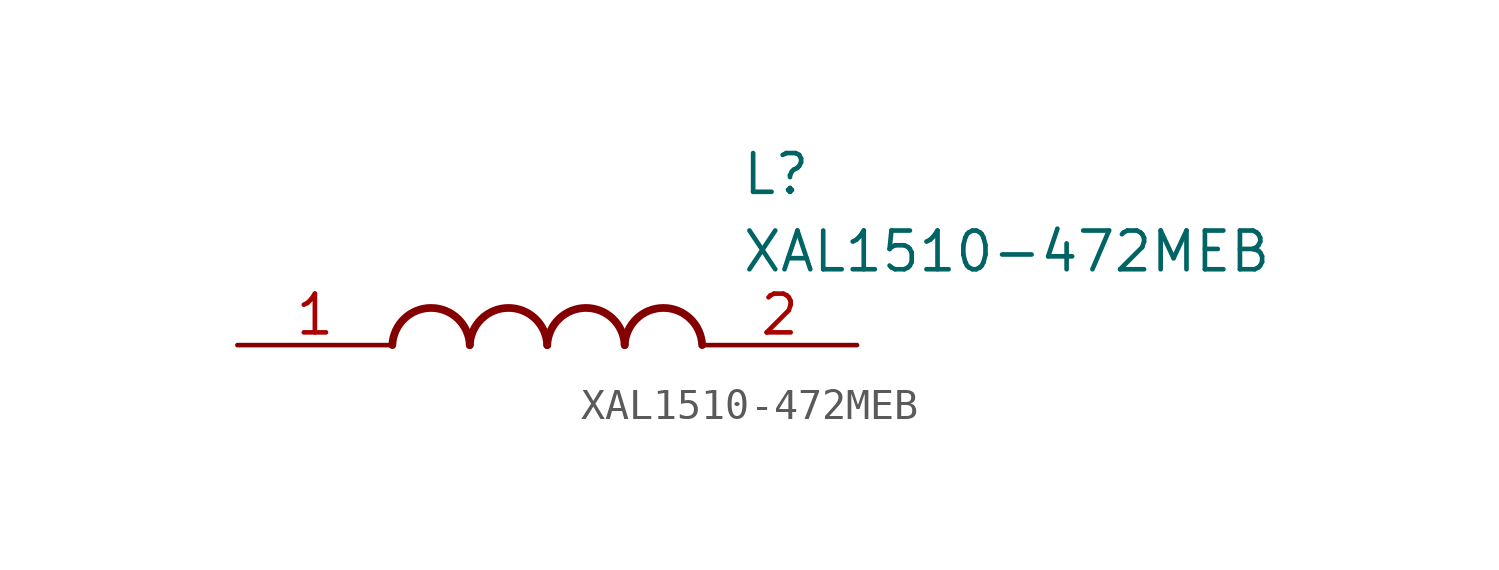
<source format=kicad_sym>
(kicad_symbol_lib
  (version 20211014)
  (generator SamacSys_ECAD_Model)
  (symbol "XAL1510-472MEB"
    (pin_names hide)
    (property "Reference" "L"
      (at 16.51 6.35 0)
      (effects (font (size 1.27 1.27)) (justify left top)))
    (property "Value" "XAL1510-472MEB"
      (at 16.51 3.81 0)
      (effects (font (size 1.27 1.27)) (justify left top)))
    (arc
      (start 7.62 0)
      (mid 6.35 1.219)
      (end 5.08 0)
      (stroke (width 0.254) (type default))
      (fill (type none)))
    (arc
      (start 10.16 0)
      (mid 8.89 1.219)
      (end 7.62 0)
      (stroke (width 0.254) (type default))
      (fill (type none)))
    (arc
      (start 12.7 0)
      (mid 11.43 1.219)
      (end 10.16 0)
      (stroke (width 0.254) (type default))
      (fill (type none)))
    (arc
      (start 15.24 0)
      (mid 13.97 1.219)
      (end 12.7 0)
      (stroke (width 0.254) (type default))
      (fill (type none)))
    (pin passive line
      (at 0 0 0)
      (length 5.08)
      (name "1" (effects (font (size 1.27 1.27))))
      (number "1" (effects (font (size 1.27 1.27)))))
    (pin passive line
      (at 20.32 0 180)
      (length 5.08)
      (name "2" (effects (font (size 1.27 1.27))))
      (number "2" (effects (font (size 1.27 1.27)))))))
</source>
